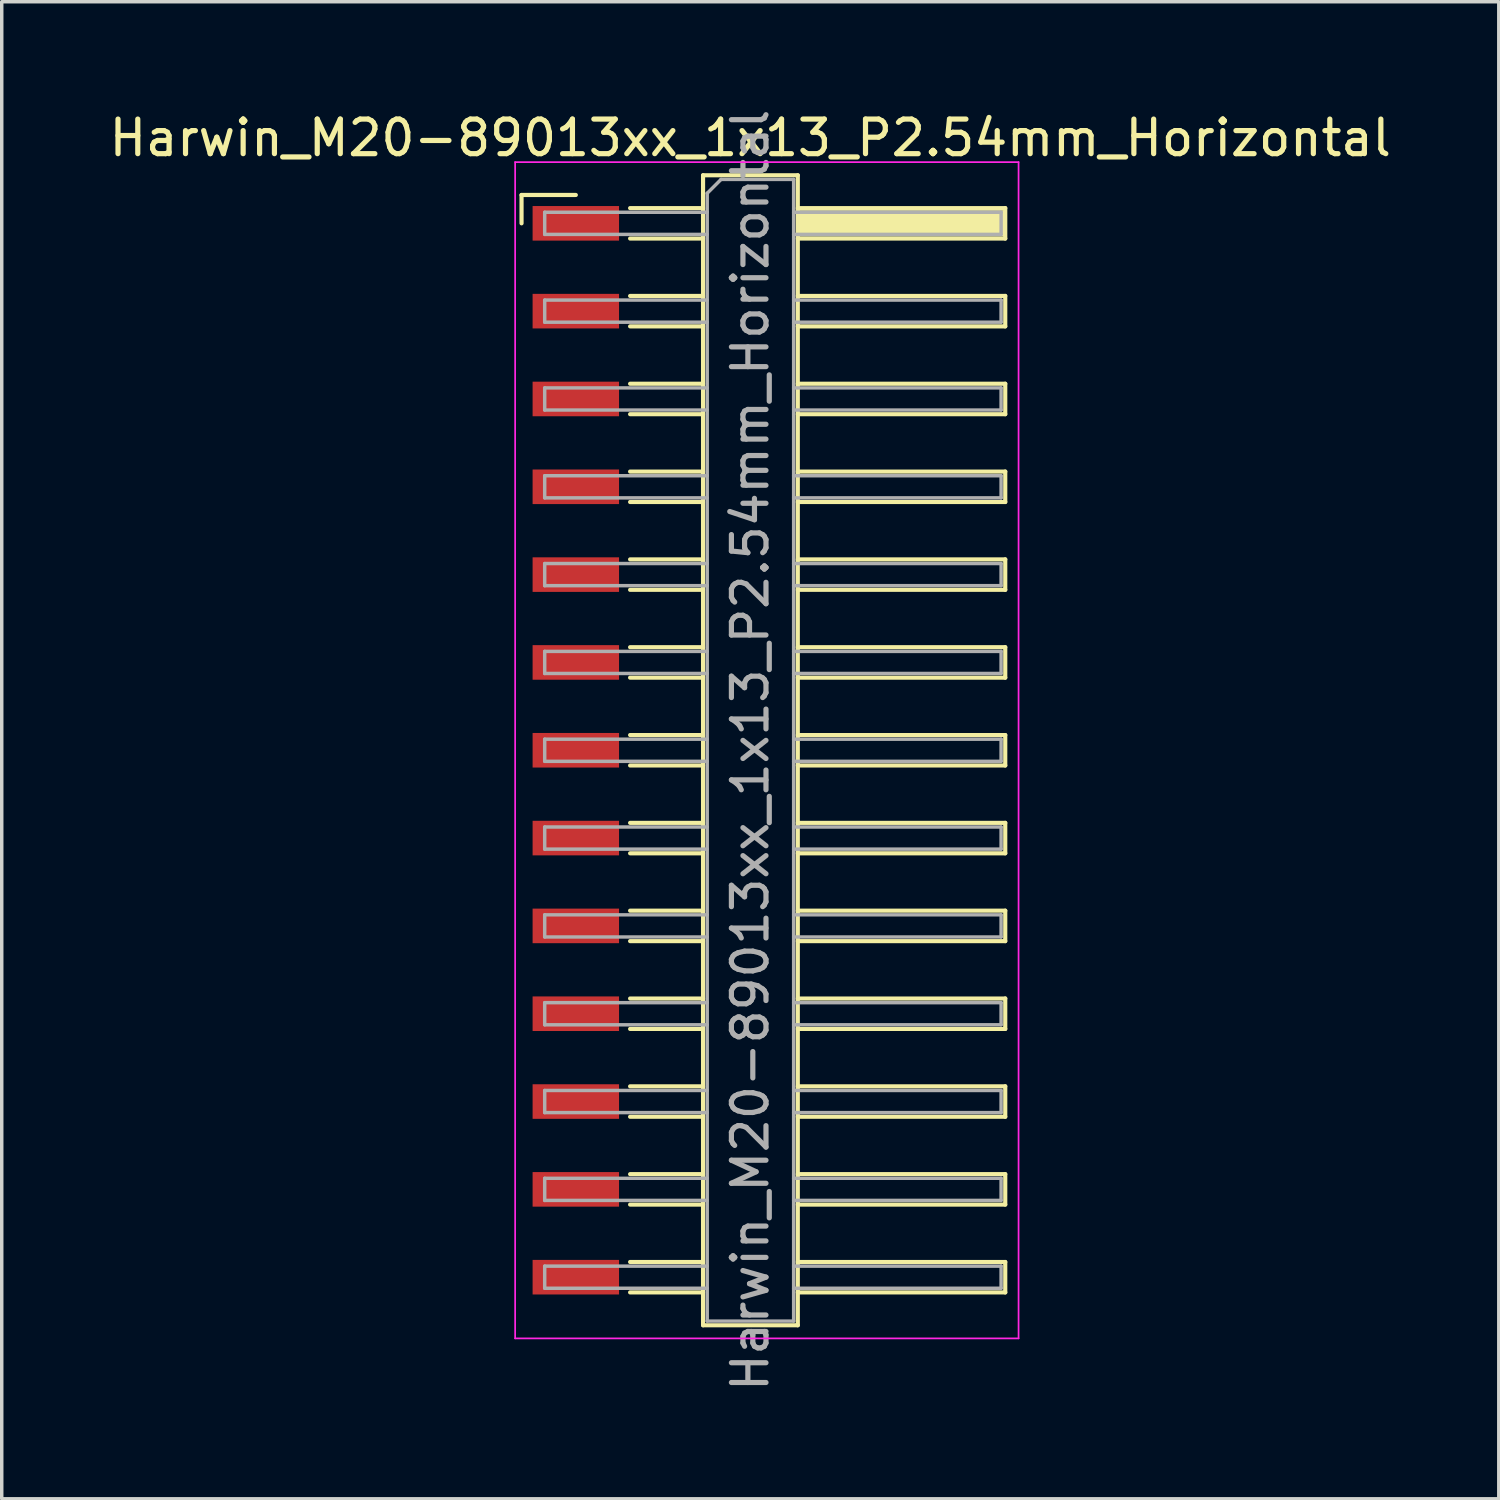
<source format=kicad_pcb>
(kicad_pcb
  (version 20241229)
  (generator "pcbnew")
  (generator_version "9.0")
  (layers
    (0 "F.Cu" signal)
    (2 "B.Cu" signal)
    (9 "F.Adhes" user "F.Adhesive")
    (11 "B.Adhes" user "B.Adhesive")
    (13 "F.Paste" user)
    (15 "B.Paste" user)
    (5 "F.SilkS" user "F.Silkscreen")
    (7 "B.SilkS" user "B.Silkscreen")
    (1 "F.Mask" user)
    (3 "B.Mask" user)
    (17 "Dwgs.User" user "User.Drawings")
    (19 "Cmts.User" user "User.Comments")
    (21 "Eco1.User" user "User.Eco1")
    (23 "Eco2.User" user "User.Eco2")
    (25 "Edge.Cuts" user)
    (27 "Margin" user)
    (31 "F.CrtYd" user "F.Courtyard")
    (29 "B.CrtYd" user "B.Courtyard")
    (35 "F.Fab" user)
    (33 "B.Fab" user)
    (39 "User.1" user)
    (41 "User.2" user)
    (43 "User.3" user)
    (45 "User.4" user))
  (footprint "Harwin_M20-89013xx_1x13_P2.54mm_Horizontal"
    (layer "F.Cu")
    (at 19.129 18.649)
    (property "Reference" "Harwin_M20-89013xx_1x13_P2.54mm_Horizontal" (at -0.48 -17.71 0) (layer "F.SilkS") (effects (font (size 1 1) (thickness 0.15))))
    (attr smd)
    (fp_line (start -7.095 -16.06) (end -5.525 -16.06) (stroke (width 0.12) (type solid)) (layer "F.SilkS"))
    (fp_line (start -7.095 -15.24) (end -7.095 -16.06) (stroke (width 0.12) (type solid)) (layer "F.SilkS"))
    (fp_line (start -3.955 -15.68) (end -1.845 -15.68) (stroke (width 0.12) (type solid)) (layer "F.SilkS"))
    (fp_line (start -3.955 -14.8) (end -1.845 -14.8) (stroke (width 0.12) (type solid)) (layer "F.SilkS"))
    (fp_line (start -3.955 -13.14) (end -1.845 -13.14) (stroke (width 0.12) (type solid)) (layer "F.SilkS"))
    (fp_line (start -3.955 -12.26) (end -1.845 -12.26) (stroke (width 0.12) (type solid)) (layer "F.SilkS"))
    (fp_line (start -3.955 -10.6) (end -1.845 -10.6) (stroke (width 0.12) (type solid)) (layer "F.SilkS"))
    (fp_line (start -3.955 -9.72) (end -1.845 -9.72) (stroke (width 0.12) (type solid)) (layer "F.SilkS"))
    (fp_line (start -3.955 -8.06) (end -1.845 -8.06) (stroke (width 0.12) (type solid)) (layer "F.SilkS"))
    (fp_line (start -3.955 -7.18) (end -1.845 -7.18) (stroke (width 0.12) (type solid)) (layer "F.SilkS"))
    (fp_line (start -3.955 -5.52) (end -1.845 -5.52) (stroke (width 0.12) (type solid)) (layer "F.SilkS"))
    (fp_line (start -3.955 -4.64) (end -1.845 -4.64) (stroke (width 0.12) (type solid)) (layer "F.SilkS"))
    (fp_line (start -3.955 -2.98) (end -1.845 -2.98) (stroke (width 0.12) (type solid)) (layer "F.SilkS"))
    (fp_line (start -3.955 -2.1) (end -1.845 -2.1) (stroke (width 0.12) (type solid)) (layer "F.SilkS"))
    (fp_line (start -3.955 -0.44) (end -1.845 -0.44) (stroke (width 0.12) (type solid)) (layer "F.SilkS"))
    (fp_line (start -3.955 0.44) (end -1.845 0.44) (stroke (width 0.12) (type solid)) (layer "F.SilkS"))
    (fp_line (start -3.955 2.1) (end -1.845 2.1) (stroke (width 0.12) (type solid)) (layer "F.SilkS"))
    (fp_line (start -3.955 2.98) (end -1.845 2.98) (stroke (width 0.12) (type solid)) (layer "F.SilkS"))
    (fp_line (start -3.955 4.64) (end -1.845 4.64) (stroke (width 0.12) (type solid)) (layer "F.SilkS"))
    (fp_line (start -3.955 5.52) (end -1.845 5.52) (stroke (width 0.12) (type solid)) (layer "F.SilkS"))
    (fp_line (start -3.955 7.18) (end -1.845 7.18) (stroke (width 0.12) (type solid)) (layer "F.SilkS"))
    (fp_line (start -3.955 8.06) (end -1.845 8.06) (stroke (width 0.12) (type solid)) (layer "F.SilkS"))
    (fp_line (start -3.955 9.72) (end -1.845 9.72) (stroke (width 0.12) (type solid)) (layer "F.SilkS"))
    (fp_line (start -3.955 10.6) (end -1.845 10.6) (stroke (width 0.12) (type solid)) (layer "F.SilkS"))
    (fp_line (start -3.955 12.26) (end -1.845 12.26) (stroke (width 0.12) (type solid)) (layer "F.SilkS"))
    (fp_line (start -3.955 13.14) (end -1.845 13.14) (stroke (width 0.12) (type solid)) (layer "F.SilkS"))
    (fp_line (start -3.955 14.8) (end -1.845 14.8) (stroke (width 0.12) (type solid)) (layer "F.SilkS"))
    (fp_line (start -3.955 15.68) (end -1.845 15.68) (stroke (width 0.12) (type solid)) (layer "F.SilkS"))
    (fp_line (start -1.845 -16.63) (end 0.895 -16.63) (stroke (width 0.12) (type solid)) (layer "F.SilkS"))
    (fp_line (start -1.845 16.63) (end -1.845 -16.63) (stroke (width 0.12) (type solid)) (layer "F.SilkS"))
    (fp_line (start 0.895 -16.63) (end 0.895 16.63) (stroke (width 0.12) (type solid)) (layer "F.SilkS"))
    (fp_line (start 0.895 -15.68) (end 6.895 -15.68) (stroke (width 0.12) (type solid)) (layer "F.SilkS"))
    (fp_line (start 0.895 -13.14) (end 6.895 -13.14) (stroke (width 0.12) (type solid)) (layer "F.SilkS"))
    (fp_line (start 0.895 -10.6) (end 6.895 -10.6) (stroke (width 0.12) (type solid)) (layer "F.SilkS"))
    (fp_line (start 0.895 -8.06) (end 6.895 -8.06) (stroke (width 0.12) (type solid)) (layer "F.SilkS"))
    (fp_line (start 0.895 -5.52) (end 6.895 -5.52) (stroke (width 0.12) (type solid)) (layer "F.SilkS"))
    (fp_line (start 0.895 -2.98) (end 6.895 -2.98) (stroke (width 0.12) (type solid)) (layer "F.SilkS"))
    (fp_line (start 0.895 -0.44) (end 6.895 -0.44) (stroke (width 0.12) (type solid)) (layer "F.SilkS"))
    (fp_line (start 0.895 2.1) (end 6.895 2.1) (stroke (width 0.12) (type solid)) (layer "F.SilkS"))
    (fp_line (start 0.895 4.64) (end 6.895 4.64) (stroke (width 0.12) (type solid)) (layer "F.SilkS"))
    (fp_line (start 0.895 7.18) (end 6.895 7.18) (stroke (width 0.12) (type solid)) (layer "F.SilkS"))
    (fp_line (start 0.895 9.72) (end 6.895 9.72) (stroke (width 0.12) (type solid)) (layer "F.SilkS"))
    (fp_line (start 0.895 12.26) (end 6.895 12.26) (stroke (width 0.12) (type solid)) (layer "F.SilkS"))
    (fp_line (start 0.895 14.8) (end 6.895 14.8) (stroke (width 0.12) (type solid)) (layer "F.SilkS"))
    (fp_line (start 0.895 16.63) (end -1.845 16.63) (stroke (width 0.12) (type solid)) (layer "F.SilkS"))
    (fp_line (start 6.895 -15.68) (end 6.895 -14.8) (stroke (width 0.12) (type solid)) (layer "F.SilkS"))
    (fp_line (start 6.895 -14.8) (end 0.895 -14.8) (stroke (width 0.12) (type solid)) (layer "F.SilkS"))
    (fp_line (start 6.895 -13.14) (end 6.895 -12.26) (stroke (width 0.12) (type solid)) (layer "F.SilkS"))
    (fp_line (start 6.895 -12.26) (end 0.895 -12.26) (stroke (width 0.12) (type solid)) (layer "F.SilkS"))
    (fp_line (start 6.895 -10.6) (end 6.895 -9.72) (stroke (width 0.12) (type solid)) (layer "F.SilkS"))
    (fp_line (start 6.895 -9.72) (end 0.895 -9.72) (stroke (width 0.12) (type solid)) (layer "F.SilkS"))
    (fp_line (start 6.895 -8.06) (end 6.895 -7.18) (stroke (width 0.12) (type solid)) (layer "F.SilkS"))
    (fp_line (start 6.895 -7.18) (end 0.895 -7.18) (stroke (width 0.12) (type solid)) (layer "F.SilkS"))
    (fp_line (start 6.895 -5.52) (end 6.895 -4.64) (stroke (width 0.12) (type solid)) (layer "F.SilkS"))
    (fp_line (start 6.895 -4.64) (end 0.895 -4.64) (stroke (width 0.12) (type solid)) (layer "F.SilkS"))
    (fp_line (start 6.895 -2.98) (end 6.895 -2.1) (stroke (width 0.12) (type solid)) (layer "F.SilkS"))
    (fp_line (start 6.895 -2.1) (end 0.895 -2.1) (stroke (width 0.12) (type solid)) (layer "F.SilkS"))
    (fp_line (start 6.895 -0.44) (end 6.895 0.44) (stroke (width 0.12) (type solid)) (layer "F.SilkS"))
    (fp_line (start 6.895 0.44) (end 0.895 0.44) (stroke (width 0.12) (type solid)) (layer "F.SilkS"))
    (fp_line (start 6.895 2.1) (end 6.895 2.98) (stroke (width 0.12) (type solid)) (layer "F.SilkS"))
    (fp_line (start 6.895 2.98) (end 0.895 2.98) (stroke (width 0.12) (type solid)) (layer "F.SilkS"))
    (fp_line (start 6.895 4.64) (end 6.895 5.52) (stroke (width 0.12) (type solid)) (layer "F.SilkS"))
    (fp_line (start 6.895 5.52) (end 0.895 5.52) (stroke (width 0.12) (type solid)) (layer "F.SilkS"))
    (fp_line (start 6.895 7.18) (end 6.895 8.06) (stroke (width 0.12) (type solid)) (layer "F.SilkS"))
    (fp_line (start 6.895 8.06) (end 0.895 8.06) (stroke (width 0.12) (type solid)) (layer "F.SilkS"))
    (fp_line (start 6.895 9.72) (end 6.895 10.6) (stroke (width 0.12) (type solid)) (layer "F.SilkS"))
    (fp_line (start 6.895 10.6) (end 0.895 10.6) (stroke (width 0.12) (type solid)) (layer "F.SilkS"))
    (fp_line (start 6.895 12.26) (end 6.895 13.14) (stroke (width 0.12) (type solid)) (layer "F.SilkS"))
    (fp_line (start 6.895 13.14) (end 0.895 13.14) (stroke (width 0.12) (type solid)) (layer "F.SilkS"))
    (fp_line (start 6.895 14.8) (end 6.895 15.68) (stroke (width 0.12) (type solid)) (layer "F.SilkS"))
    (fp_line (start 6.895 15.68) (end 0.895 15.68) (stroke (width 0.12) (type solid)) (layer "F.SilkS"))
    (fp_line (start -7.28 -17.01) (end 7.28 -17.01) (stroke (width 0.05) (type solid)) (layer "F.CrtYd"))
    (fp_line (start -7.28 17.01) (end -7.28 -17.01) (stroke (width 0.05) (type solid)) (layer "F.CrtYd"))
    (fp_line (start 7.28 -17.01) (end 7.28 17.01) (stroke (width 0.05) (type solid)) (layer "F.CrtYd"))
    (fp_line (start 7.28 17.01) (end -7.28 17.01) (stroke (width 0.05) (type solid)) (layer "F.CrtYd"))
    (fp_line (start -6.425 -15.56) (end -6.425 -14.92) (stroke (width 0.1) (type solid)) (layer "F.Fab"))
    (fp_line (start -6.425 -14.92) (end -1.725 -14.92) (stroke (width 0.1) (type solid)) (layer "F.Fab"))
    (fp_line (start -6.425 -13.02) (end -6.425 -12.38) (stroke (width 0.1) (type solid)) (layer "F.Fab"))
    (fp_line (start -6.425 -12.38) (end -1.725 -12.38) (stroke (width 0.1) (type solid)) (layer "F.Fab"))
    (fp_line (start -6.425 -10.48) (end -6.425 -9.84) (stroke (width 0.1) (type solid)) (layer "F.Fab"))
    (fp_line (start -6.425 -9.84) (end -1.725 -9.84) (stroke (width 0.1) (type solid)) (layer "F.Fab"))
    (fp_line (start -6.425 -7.94) (end -6.425 -7.3) (stroke (width 0.1) (type solid)) (layer "F.Fab"))
    (fp_line (start -6.425 -7.3) (end -1.725 -7.3) (stroke (width 0.1) (type solid)) (layer "F.Fab"))
    (fp_line (start -6.425 -5.4) (end -6.425 -4.76) (stroke (width 0.1) (type solid)) (layer "F.Fab"))
    (fp_line (start -6.425 -4.76) (end -1.725 -4.76) (stroke (width 0.1) (type solid)) (layer "F.Fab"))
    (fp_line (start -6.425 -2.86) (end -6.425 -2.22) (stroke (width 0.1) (type solid)) (layer "F.Fab"))
    (fp_line (start -6.425 -2.22) (end -1.725 -2.22) (stroke (width 0.1) (type solid)) (layer "F.Fab"))
    (fp_line (start -6.425 -0.32) (end -6.425 0.32) (stroke (width 0.1) (type solid)) (layer "F.Fab"))
    (fp_line (start -6.425 0.32) (end -1.725 0.32) (stroke (width 0.1) (type solid)) (layer "F.Fab"))
    (fp_line (start -6.425 2.22) (end -6.425 2.86) (stroke (width 0.1) (type solid)) (layer "F.Fab"))
    (fp_line (start -6.425 2.86) (end -1.725 2.86) (stroke (width 0.1) (type solid)) (layer "F.Fab"))
    (fp_line (start -6.425 4.76) (end -6.425 5.4) (stroke (width 0.1) (type solid)) (layer "F.Fab"))
    (fp_line (start -6.425 5.4) (end -1.725 5.4) (stroke (width 0.1) (type solid)) (layer "F.Fab"))
    (fp_line (start -6.425 7.3) (end -6.425 7.94) (stroke (width 0.1) (type solid)) (layer "F.Fab"))
    (fp_line (start -6.425 7.94) (end -1.725 7.94) (stroke (width 0.1) (type solid)) (layer "F.Fab"))
    (fp_line (start -6.425 9.84) (end -6.425 10.48) (stroke (width 0.1) (type solid)) (layer "F.Fab"))
    (fp_line (start -6.425 10.48) (end -1.725 10.48) (stroke (width 0.1) (type solid)) (layer "F.Fab"))
    (fp_line (start -6.425 12.38) (end -6.425 13.02) (stroke (width 0.1) (type solid)) (layer "F.Fab"))
    (fp_line (start -6.425 13.02) (end -1.725 13.02) (stroke (width 0.1) (type solid)) (layer "F.Fab"))
    (fp_line (start -6.425 14.92) (end -6.425 15.56) (stroke (width 0.1) (type solid)) (layer "F.Fab"))
    (fp_line (start -6.425 15.56) (end -1.725 15.56) (stroke (width 0.1) (type solid)) (layer "F.Fab"))
    (fp_line (start -1.725 -16.11) (end -1.325 -16.51) (stroke (width 0.1) (type solid)) (layer "F.Fab"))
    (fp_line (start -1.725 -15.56) (end -6.425 -15.56) (stroke (width 0.1) (type solid)) (layer "F.Fab"))
    (fp_line (start -1.725 -13.02) (end -6.425 -13.02) (stroke (width 0.1) (type solid)) (layer "F.Fab"))
    (fp_line (start -1.725 -10.48) (end -6.425 -10.48) (stroke (width 0.1) (type solid)) (layer "F.Fab"))
    (fp_line (start -1.725 -7.94) (end -6.425 -7.94) (stroke (width 0.1) (type solid)) (layer "F.Fab"))
    (fp_line (start -1.725 -5.4) (end -6.425 -5.4) (stroke (width 0.1) (type solid)) (layer "F.Fab"))
    (fp_line (start -1.725 -2.86) (end -6.425 -2.86) (stroke (width 0.1) (type solid)) (layer "F.Fab"))
    (fp_line (start -1.725 -0.32) (end -6.425 -0.32) (stroke (width 0.1) (type solid)) (layer "F.Fab"))
    (fp_line (start -1.725 2.22) (end -6.425 2.22) (stroke (width 0.1) (type solid)) (layer "F.Fab"))
    (fp_line (start -1.725 4.76) (end -6.425 4.76) (stroke (width 0.1) (type solid)) (layer "F.Fab"))
    (fp_line (start -1.725 7.3) (end -6.425 7.3) (stroke (width 0.1) (type solid)) (layer "F.Fab"))
    (fp_line (start -1.725 9.84) (end -6.425 9.84) (stroke (width 0.1) (type solid)) (layer "F.Fab"))
    (fp_line (start -1.725 12.38) (end -6.425 12.38) (stroke (width 0.1) (type solid)) (layer "F.Fab"))
    (fp_line (start -1.725 14.92) (end -6.425 14.92) (stroke (width 0.1) (type solid)) (layer "F.Fab"))
    (fp_line (start -1.725 16.51) (end -1.725 -16.11) (stroke (width 0.1) (type solid)) (layer "F.Fab"))
    (fp_line (start -1.325 -16.51) (end 0.775 -16.51) (stroke (width 0.1) (type solid)) (layer "F.Fab"))
    (fp_line (start 0.775 -16.51) (end 0.775 16.51) (stroke (width 0.1) (type solid)) (layer "F.Fab"))
    (fp_line (start 0.775 -15.56) (end 6.775 -15.56) (stroke (width 0.1) (type solid)) (layer "F.Fab"))
    (fp_line (start 0.775 -13.02) (end 6.775 -13.02) (stroke (width 0.1) (type solid)) (layer "F.Fab"))
    (fp_line (start 0.775 -10.48) (end 6.775 -10.48) (stroke (width 0.1) (type solid)) (layer "F.Fab"))
    (fp_line (start 0.775 -7.94) (end 6.775 -7.94) (stroke (width 0.1) (type solid)) (layer "F.Fab"))
    (fp_line (start 0.775 -5.4) (end 6.775 -5.4) (stroke (width 0.1) (type solid)) (layer "F.Fab"))
    (fp_line (start 0.775 -2.86) (end 6.775 -2.86) (stroke (width 0.1) (type solid)) (layer "F.Fab"))
    (fp_line (start 0.775 -0.32) (end 6.775 -0.32) (stroke (width 0.1) (type solid)) (layer "F.Fab"))
    (fp_line (start 0.775 2.22) (end 6.775 2.22) (stroke (width 0.1) (type solid)) (layer "F.Fab"))
    (fp_line (start 0.775 4.76) (end 6.775 4.76) (stroke (width 0.1) (type solid)) (layer "F.Fab"))
    (fp_line (start 0.775 7.3) (end 6.775 7.3) (stroke (width 0.1) (type solid)) (layer "F.Fab"))
    (fp_line (start 0.775 9.84) (end 6.775 9.84) (stroke (width 0.1) (type solid)) (layer "F.Fab"))
    (fp_line (start 0.775 12.38) (end 6.775 12.38) (stroke (width 0.1) (type solid)) (layer "F.Fab"))
    (fp_line (start 0.775 14.92) (end 6.775 14.92) (stroke (width 0.1) (type solid)) (layer "F.Fab"))
    (fp_line (start 0.775 16.51) (end -1.725 16.51) (stroke (width 0.1) (type solid)) (layer "F.Fab"))
    (fp_line (start 6.775 -15.56) (end 6.775 -14.92) (stroke (width 0.1) (type solid)) (layer "F.Fab"))
    (fp_line (start 6.775 -14.92) (end 0.775 -14.92) (stroke (width 0.1) (type solid)) (layer "F.Fab"))
    (fp_line (start 6.775 -13.02) (end 6.775 -12.38) (stroke (width 0.1) (type solid)) (layer "F.Fab"))
    (fp_line (start 6.775 -12.38) (end 0.775 -12.38) (stroke (width 0.1) (type solid)) (layer "F.Fab"))
    (fp_line (start 6.775 -10.48) (end 6.775 -9.84) (stroke (width 0.1) (type solid)) (layer "F.Fab"))
    (fp_line (start 6.775 -9.84) (end 0.775 -9.84) (stroke (width 0.1) (type solid)) (layer "F.Fab"))
    (fp_line (start 6.775 -7.94) (end 6.775 -7.3) (stroke (width 0.1) (type solid)) (layer "F.Fab"))
    (fp_line (start 6.775 -7.3) (end 0.775 -7.3) (stroke (width 0.1) (type solid)) (layer "F.Fab"))
    (fp_line (start 6.775 -5.4) (end 6.775 -4.76) (stroke (width 0.1) (type solid)) (layer "F.Fab"))
    (fp_line (start 6.775 -4.76) (end 0.775 -4.76) (stroke (width 0.1) (type solid)) (layer "F.Fab"))
    (fp_line (start 6.775 -2.86) (end 6.775 -2.22) (stroke (width 0.1) (type solid)) (layer "F.Fab"))
    (fp_line (start 6.775 -2.22) (end 0.775 -2.22) (stroke (width 0.1) (type solid)) (layer "F.Fab"))
    (fp_line (start 6.775 -0.32) (end 6.775 0.32) (stroke (width 0.1) (type solid)) (layer "F.Fab"))
    (fp_line (start 6.775 0.32) (end 0.775 0.32) (stroke (width 0.1) (type solid)) (layer "F.Fab"))
    (fp_line (start 6.775 2.22) (end 6.775 2.86) (stroke (width 0.1) (type solid)) (layer "F.Fab"))
    (fp_line (start 6.775 2.86) (end 0.775 2.86) (stroke (width 0.1) (type solid)) (layer "F.Fab"))
    (fp_line (start 6.775 4.76) (end 6.775 5.4) (stroke (width 0.1) (type solid)) (layer "F.Fab"))
    (fp_line (start 6.775 5.4) (end 0.775 5.4) (stroke (width 0.1) (type solid)) (layer "F.Fab"))
    (fp_line (start 6.775 7.3) (end 6.775 7.94) (stroke (width 0.1) (type solid)) (layer "F.Fab"))
    (fp_line (start 6.775 7.94) (end 0.775 7.94) (stroke (width 0.1) (type solid)) (layer "F.Fab"))
    (fp_line (start 6.775 9.84) (end 6.775 10.48) (stroke (width 0.1) (type solid)) (layer "F.Fab"))
    (fp_line (start 6.775 10.48) (end 0.775 10.48) (stroke (width 0.1) (type solid)) (layer "F.Fab"))
    (fp_line (start 6.775 12.38) (end 6.775 13.02) (stroke (width 0.1) (type solid)) (layer "F.Fab"))
    (fp_line (start 6.775 13.02) (end 0.775 13.02) (stroke (width 0.1) (type solid)) (layer "F.Fab"))
    (fp_line (start 6.775 14.92) (end 6.775 15.56) (stroke (width 0.1) (type solid)) (layer "F.Fab"))
    (fp_line (start 6.775 15.56) (end 0.775 15.56) (stroke (width 0.1) (type solid)) (layer "F.Fab"))
    (fp_text user "${REFERENCE}" (at -0.48 0 90) (layer "F.Fab") (effects (font (size 1 1) (thickness 0.15))))
    (pad "" smd rect (at 3.895 -15.24) (size 6 0.76) (layers "F.SilkS"))
    (pad "1" smd rect (at -5.525 -15.24) (size 2.5 1) (layers "F.Cu" "F.Mask" "F.Paste"))
    (pad "2" smd rect (at -5.525 -12.7) (size 2.5 1) (layers "F.Cu" "F.Mask" "F.Paste"))
    (pad "3" smd rect (at -5.525 -10.16) (size 2.5 1) (layers "F.Cu" "F.Mask" "F.Paste"))
    (pad "4" smd rect (at -5.525 -7.62) (size 2.5 1) (layers "F.Cu" "F.Mask" "F.Paste"))
    (pad "5" smd rect (at -5.525 -5.08) (size 2.5 1) (layers "F.Cu" "F.Mask" "F.Paste"))
    (pad "6" smd rect (at -5.525 -2.54) (size 2.5 1) (layers "F.Cu" "F.Mask" "F.Paste"))
    (pad "7" smd rect (at -5.525 0) (size 2.5 1) (layers "F.Cu" "F.Mask" "F.Paste"))
    (pad "8" smd rect (at -5.525 2.54) (size 2.5 1) (layers "F.Cu" "F.Mask" "F.Paste"))
    (pad "9" smd rect (at -5.525 5.08) (size 2.5 1) (layers "F.Cu" "F.Mask" "F.Paste"))
    (pad "10" smd rect (at -5.525 7.62) (size 2.5 1) (layers "F.Cu" "F.Mask" "F.Paste"))
    (pad "11" smd rect (at -5.525 10.16) (size 2.5 1) (layers "F.Cu" "F.Mask" "F.Paste"))
    (pad "12" smd rect (at -5.525 12.7) (size 2.5 1) (layers "F.Cu" "F.Mask" "F.Paste"))
    (pad "13" smd rect (at -5.525 15.24) (size 2.5 1) (layers "F.Cu" "F.Mask" "F.Paste")))
  (gr_rect
    (start -3 -3)
    (end 40.298 40.298)
    (stroke (width 0.1) (type default))
    (fill no)
    (layer "Edge.Cuts")))
</source>
